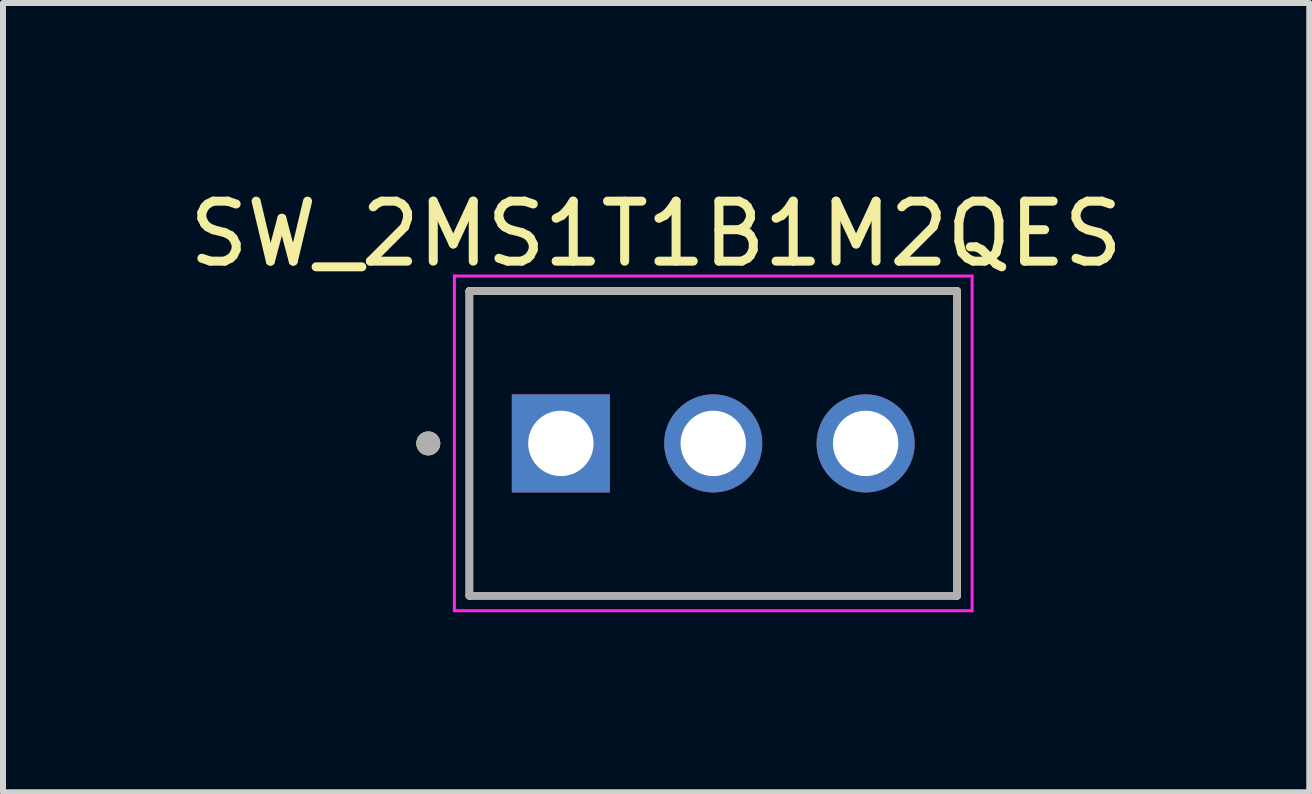
<source format=kicad_pcb>
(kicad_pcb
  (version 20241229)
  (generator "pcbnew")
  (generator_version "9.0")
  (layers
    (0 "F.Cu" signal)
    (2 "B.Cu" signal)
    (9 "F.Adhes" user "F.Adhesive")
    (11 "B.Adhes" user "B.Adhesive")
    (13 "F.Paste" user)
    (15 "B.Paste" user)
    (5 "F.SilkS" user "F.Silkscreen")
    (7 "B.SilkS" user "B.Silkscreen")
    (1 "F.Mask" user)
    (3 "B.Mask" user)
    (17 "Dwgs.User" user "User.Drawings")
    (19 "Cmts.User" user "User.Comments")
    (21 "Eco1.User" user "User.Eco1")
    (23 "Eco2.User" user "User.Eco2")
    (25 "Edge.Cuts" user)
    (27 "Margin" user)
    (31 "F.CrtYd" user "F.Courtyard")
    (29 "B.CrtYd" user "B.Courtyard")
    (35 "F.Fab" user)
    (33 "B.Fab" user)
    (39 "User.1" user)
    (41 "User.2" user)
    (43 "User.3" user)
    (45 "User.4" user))
  (footprint "SW_2MS1T1B1M2QES"
    (layer "F.Cu")
    (at 8.839 4.341)
    (property "Reference" "SW_2MS1T1B1M2QES" (at -0.953 -3.493 0) (layer "F.SilkS") (effects (font (size 1 1) (thickness 0.15))))
    (attr through_hole)
    (fp_line (start -4.065 -2.54) (end -4.065 2.54) (stroke (width 0.127) (type solid)) (layer "F.SilkS"))
    (fp_line (start -4.065 2.54) (end 4.065 2.54) (stroke (width 0.127) (type solid)) (layer "F.SilkS"))
    (fp_line (start 4.065 -2.54) (end -4.065 -2.54) (stroke (width 0.127) (type solid)) (layer "F.SilkS"))
    (fp_line (start 4.065 2.54) (end 4.065 -2.54) (stroke (width 0.127) (type solid)) (layer "F.SilkS"))
    (fp_circle (center -4.75 0) (end -4.65 0) (stroke (width 0.2) (type solid)) (fill no) (layer "F.SilkS"))
    (fp_line (start -4.315 -2.79) (end -4.315 2.79) (stroke (width 0.05) (type solid)) (layer "F.CrtYd"))
    (fp_line (start -4.315 2.79) (end 4.315 2.79) (stroke (width 0.05) (type solid)) (layer "F.CrtYd"))
    (fp_line (start 4.315 -2.79) (end -4.315 -2.79) (stroke (width 0.05) (type solid)) (layer "F.CrtYd"))
    (fp_line (start 4.315 2.79) (end 4.315 -2.79) (stroke (width 0.05) (type solid)) (layer "F.CrtYd"))
    (fp_line (start -4.065 -2.54) (end -4.065 2.54) (stroke (width 0.127) (type solid)) (layer "F.Fab"))
    (fp_line (start -4.065 2.54) (end 4.065 2.54) (stroke (width 0.127) (type solid)) (layer "F.Fab"))
    (fp_line (start 4.065 -2.54) (end -4.065 -2.54) (stroke (width 0.127) (type solid)) (layer "F.Fab"))
    (fp_line (start 4.065 2.54) (end 4.065 -2.54) (stroke (width 0.127) (type solid)) (layer "F.Fab"))
    (fp_circle (center -4.75 0) (end -4.65 0) (stroke (width 0.2) (type solid)) (fill no) (layer "F.Fab"))
    (pad "1" thru_hole rect (at -2.54 0) (size 1.635 1.635) (drill 1.09) (layers "*.Cu" "*.Mask"))
    (pad "2" thru_hole circle (at 0 0) (size 1.635 1.635) (drill 1.09) (layers "*.Cu" "*.Mask"))
    (pad "3" thru_hole circle (at 2.54 0) (size 1.635 1.635) (drill 1.09) (layers "*.Cu" "*.Mask")))
  (gr_rect
    (start -3 -3)
    (end 18.774 10.156)
    (stroke (width 0.1) (type default))
    (fill no)
    (layer "Edge.Cuts")))
</source>
